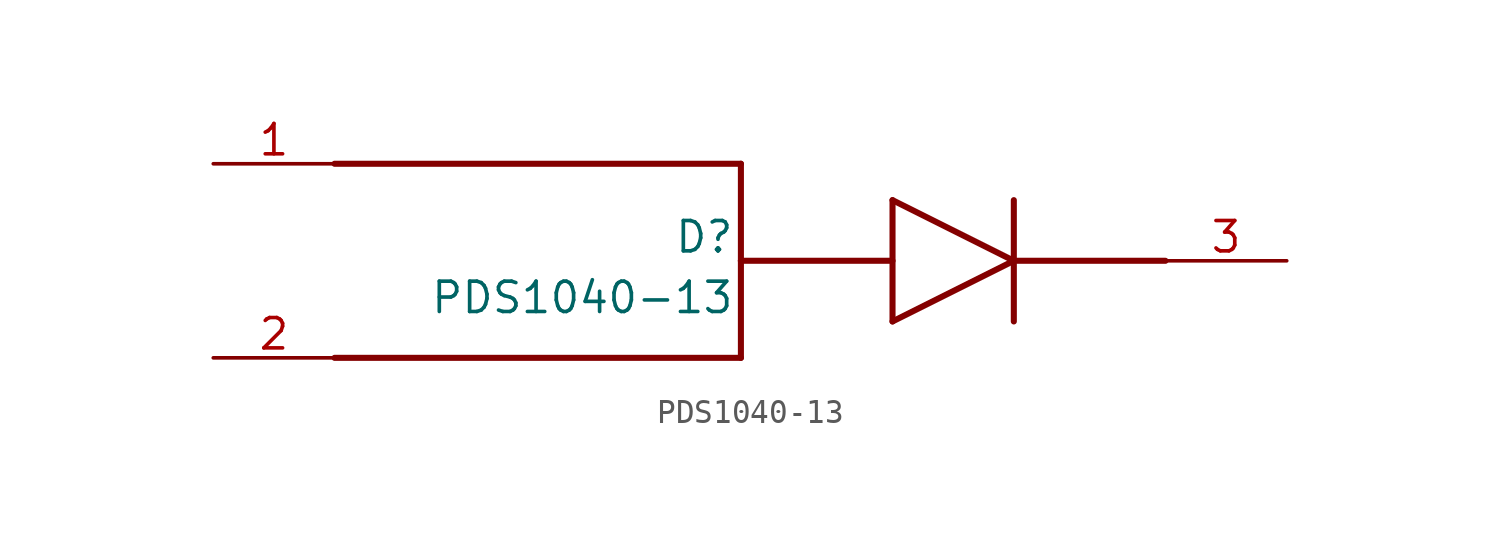
<source format=kicad_sym>
(kicad_symbol_lib
  (version 20211014)
  (generator SamacSys_ECAD_Model)
  (symbol "PDS1040-13"
    (pin_names hide)
    (property "Reference" "D"
      (at 16.764 0.762 0)
      (effects (font (size 1.27 1.27)) (justify right bottom)))
    (property "Value" "PDS1040-13"
      (at 16.764 -1.778 0)
      (effects (font (size 1.27 1.27)) (justify right bottom)))
    (polyline
      (pts (xy 28.448 0.508) (xy 23.368 -2.032))
      (stroke (width 0.254) (type default))
      (fill (type none)))
    (polyline
      (pts (xy 23.368 3.048) (xy 23.368 -2.032))
      (stroke (width 0.254) (type default))
      (fill (type none)))
    (polyline
      (pts (xy 23.368 3.048) (xy 28.448 0.508))
      (stroke (width 0.254) (type default))
      (fill (type none)))
    (polyline
      (pts (xy 28.448 3.048) (xy 28.448 -2.032))
      (stroke (width 0.254) (type default))
      (fill (type none)))
    (polyline
      (pts (xy 23.368 0.508) (xy 17.018 0.508))
      (stroke (width 0.254) (type default))
      (fill (type none)))
    (polyline
      (pts (xy 34.798 0.508) (xy 28.448 0.508))
      (stroke (width 0.254) (type default))
      (fill (type none)))
    (polyline
      (pts (xy 17.018 0.508) (xy 17.018 4.572))
      (stroke (width 0.254) (type default))
      (fill (type none)))
    (polyline
      (pts (xy 0 4.572) (xy 17.018 4.572))
      (stroke (width 0.254) (type default))
      (fill (type none)))
    (polyline
      (pts (xy 17.018 0.508) (xy 17.018 -3.556))
      (stroke (width 0.254) (type default))
      (fill (type none)))
    (polyline
      (pts (xy 0 -3.556) (xy 17.018 -3.556))
      (stroke (width 0.254) (type default))
      (fill (type none)))
    (pin passive line
      (at -5.08 4.572 0)
      (length 5.08)
      (name "A1" (effects (font (size 1.27 1.27))))
      (number "1" (effects (font (size 1.27 1.27)))))
    (pin passive line
      (at -5.08 -3.556 0)
      (length 5.08)
      (name "A2" (effects (font (size 1.27 1.27))))
      (number "2" (effects (font (size 1.27 1.27)))))
    (pin passive line
      (at 39.878 0.508 180)
      (length 5.08)
      (name "K" (effects (font (size 1.27 1.27))))
      (number "3" (effects (font (size 1.27 1.27)))))))
</source>
